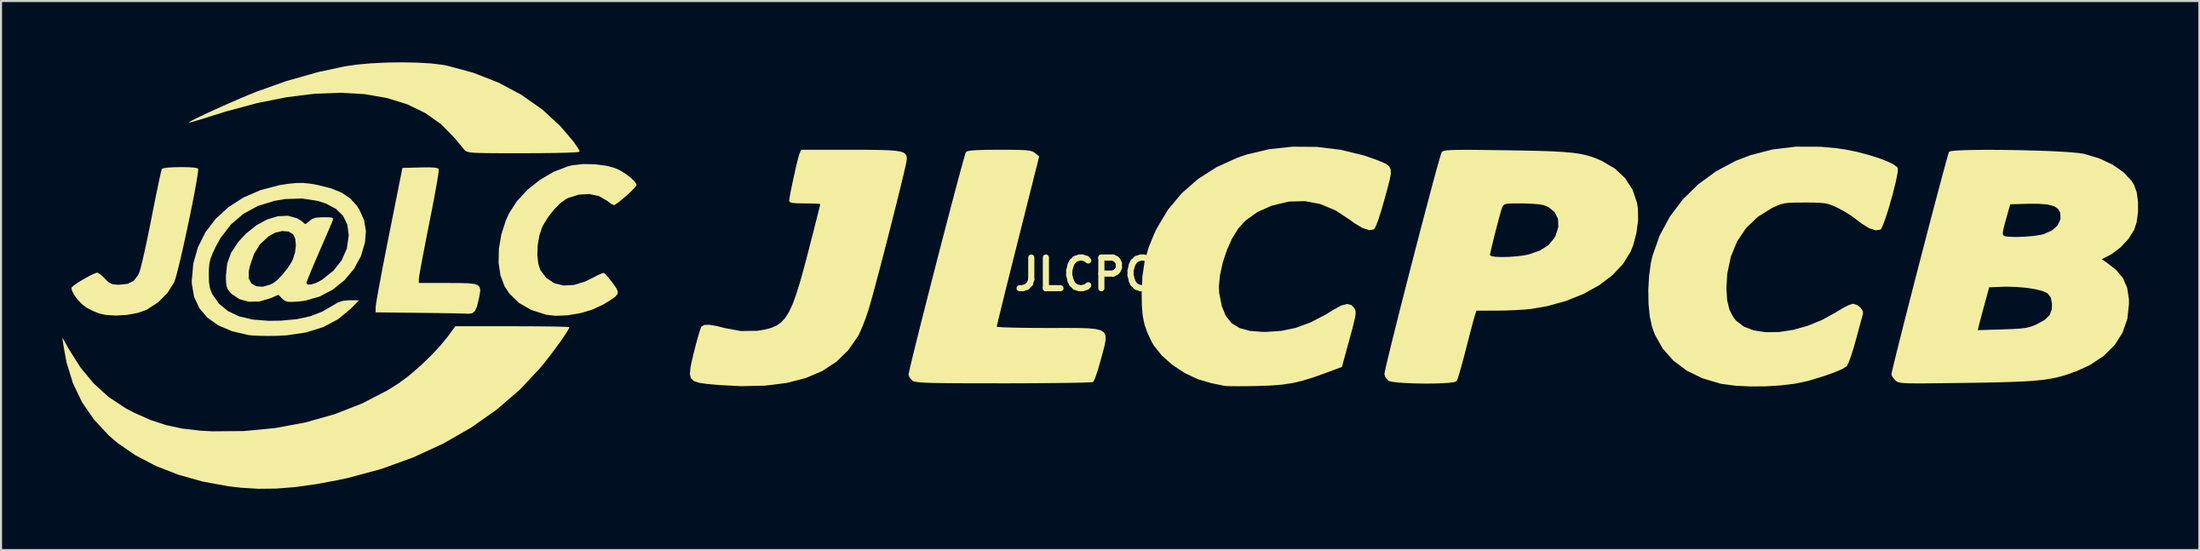
<source format=kicad_pcb>
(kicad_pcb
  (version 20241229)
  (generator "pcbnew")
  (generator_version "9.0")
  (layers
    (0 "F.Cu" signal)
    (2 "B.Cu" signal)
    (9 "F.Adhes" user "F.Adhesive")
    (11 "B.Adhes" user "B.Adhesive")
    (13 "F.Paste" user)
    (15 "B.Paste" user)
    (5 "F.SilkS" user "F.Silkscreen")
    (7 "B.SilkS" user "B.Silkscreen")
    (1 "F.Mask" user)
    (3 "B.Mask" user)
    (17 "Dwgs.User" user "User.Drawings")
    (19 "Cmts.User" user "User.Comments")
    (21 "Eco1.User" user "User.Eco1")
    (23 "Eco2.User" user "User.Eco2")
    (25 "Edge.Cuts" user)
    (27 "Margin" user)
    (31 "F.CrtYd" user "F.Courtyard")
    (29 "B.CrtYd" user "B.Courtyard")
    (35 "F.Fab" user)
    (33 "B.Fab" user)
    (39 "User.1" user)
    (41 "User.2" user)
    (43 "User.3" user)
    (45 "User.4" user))
  (footprint "JLCPCB"
    (layer "F.Cu")
    (at 50.803 10.375)
    (property "Reference" "JLCPCB" (at 0 0 0) (layer "F.SilkS") (effects (font (size 1.5 1.5) (thickness 0.3))))
    (attr board_only exclude_from_pos_files exclude_from_bom)
    (fp_poly (pts (xy -32.59 -5.224) (xy -32.435 -5.192) (xy -32.383 -5.146) (xy -32.388 -5.039) (xy -32.425 -4.787) (xy -32.487 -4.412) (xy -32.573 -3.934) (xy -32.678 -3.376) (xy -32.799 -2.757) (xy -32.85 -2.502) (xy -32.977 -1.861) (xy -33.093 -1.266) (xy -33.193 -0.741) (xy -33.273 -0.307) (xy -33.329 0.014) (xy -33.356 0.199) (xy -33.359 0.229) (xy -33.359 0.423) (xy -31.978 0.423) (xy -31.398 0.425) (xy -30.969 0.436) (xy -30.669 0.466) (xy -30.48 0.526) (xy -30.382 0.626) (xy -30.355 0.776) (xy -30.38 0.985) (xy -30.427 1.219) (xy -30.517 1.579) (xy -30.617 1.799) (xy -30.75 1.906) (xy -30.938 1.93) (xy -30.988 1.926) (xy -31.129 1.92) (xy -31.413 1.913) (xy -31.816 1.905) (xy -32.311 1.897) (xy -32.873 1.89) (xy -33.337 1.884) (xy -35.475 1.86) (xy -35.47 1.586) (xy -35.453 1.444) (xy -35.406 1.155) (xy -35.332 0.74) (xy -35.235 0.219) (xy -35.12 -0.39) (xy -34.989 -1.065) (xy -34.846 -1.788) (xy -34.814 -1.947) (xy -34.163 -5.207) (xy -33.294 -5.231) (xy -32.869 -5.237)) (stroke (width 0) (type solid)) (fill yes) (layer "F.SilkS"))
    (fp_poly (pts (xy -33.441 -10.361) (xy -32.769 -10.321) (xy -32.205 -10.255) (xy -32.004 -10.218) (xy -30.689 -9.864) (xy -29.466 -9.384) (xy -28.343 -8.787) (xy -27.331 -8.076) (xy -26.44 -7.259) (xy -25.791 -6.492) (xy -25.628 -6.262) (xy -25.517 -6.082) (xy -25.485 -6.005) (xy -25.567 -5.984) (xy -25.803 -5.966) (xy -26.18 -5.951) (xy -26.68 -5.939) (xy -27.291 -5.931) (xy -27.996 -5.927) (xy -28.237 -5.927) (xy -28.991 -5.927) (xy -29.595 -5.928) (xy -30.065 -5.932) (xy -30.42 -5.939) (xy -30.679 -5.952) (xy -30.859 -5.97) (xy -30.979 -5.995) (xy -31.057 -6.028) (xy -31.11 -6.071) (xy -31.151 -6.117) (xy -31.296 -6.291) (xy -31.495 -6.531) (xy -31.625 -6.689) (xy -32.276 -7.35) (xy -33.044 -7.894) (xy -33.925 -8.32) (xy -34.913 -8.628) (xy -36.003 -8.817) (xy -37.192 -8.886) (xy -38.472 -8.836) (xy -39.841 -8.666) (xy -41.292 -8.375) (xy -42.82 -7.963) (xy -43.371 -7.79) (xy -43.798 -7.654) (xy -44.163 -7.543) (xy -44.437 -7.463) (xy -44.593 -7.425) (xy -44.619 -7.424) (xy -44.546 -7.479) (xy -44.341 -7.588) (xy -44.03 -7.741) (xy -43.637 -7.925) (xy -43.188 -8.131) (xy -42.708 -8.345) (xy -42.221 -8.557) (xy -41.753 -8.755) (xy -41.327 -8.928) (xy -41.311 -8.935) (xy -39.848 -9.456) (xy -38.329 -9.887) (xy -36.999 -10.176) (xy -36.397 -10.263) (xy -35.699 -10.326) (xy -34.947 -10.363) (xy -34.18 -10.375)) (stroke (width 0) (type solid)) (fill yes) (layer "F.SilkS"))
    (fp_poly (pts (xy -28.116 2.541) (xy -27.505 2.545) (xy -26.971 2.551) (xy -26.534 2.558) (xy -26.214 2.568) (xy -26.03 2.578) (xy -25.993 2.585) (xy -26.042 2.699) (xy -26.178 2.919) (xy -26.38 3.215) (xy -26.629 3.561) (xy -26.904 3.93) (xy -27.187 4.293) (xy -27.415 4.572) (xy -28.412 5.637) (xy -29.546 6.616) (xy -30.804 7.501) (xy -32.174 8.286) (xy -33.642 8.962) (xy -35.196 9.524) (xy -36.824 9.964) (xy -37.296 10.065) (xy -38.414 10.272) (xy -39.415 10.411) (xy -40.335 10.484) (xy -41.209 10.493) (xy -42.075 10.441) (xy -42.684 10.37) (xy -43.938 10.14) (xy -45.127 9.805) (xy -46.23 9.374) (xy -47.227 8.854) (xy -48.099 8.255) (xy -48.526 7.888) (xy -49.256 7.104) (xy -49.84 6.256) (xy -50.284 5.328) (xy -50.598 4.305) (xy -50.75 3.471) (xy -50.803 3.09) (xy -50.496 3.641) (xy -49.909 4.568) (xy -49.259 5.351) (xy -48.527 6.009) (xy -47.694 6.559) (xy -47.29 6.772) (xy -46.502 7.122) (xy -45.73 7.377) (xy -44.924 7.549) (xy -44.035 7.651) (xy -43.47 7.681) (xy -41.914 7.669) (xy -40.384 7.522) (xy -38.899 7.245) (xy -37.478 6.843) (xy -36.14 6.32) (xy -34.903 5.682) (xy -34.343 5.33) (xy -33.851 4.965) (xy -33.317 4.508) (xy -32.789 4.004) (xy -32.313 3.498) (xy -31.934 3.033) (xy -31.93 3.027) (xy -31.575 2.54) (xy -28.784 2.54)) (stroke (width 0) (type solid)) (fill yes) (layer "F.SilkS"))
    (fp_poly (pts (xy -44.631 -5.242) (xy -44.361 -5.224) (xy -44.192 -5.194) (xy -44.16 -5.175) (xy -44.159 -5.065) (xy -44.192 -4.814) (xy -44.253 -4.447) (xy -44.337 -3.987) (xy -44.44 -3.458) (xy -44.556 -2.885) (xy -44.681 -2.291) (xy -44.808 -1.701) (xy -44.934 -1.138) (xy -45.053 -0.627) (xy -45.16 -0.192) (xy -45.249 0.143) (xy -45.317 0.354) (xy -45.329 0.384) (xy -45.654 0.904) (xy -46.11 1.363) (xy -46.66 1.722) (xy -46.703 1.744) (xy -47.125 1.891) (xy -47.638 1.984) (xy -48.178 2.017) (xy -48.68 1.985) (xy -48.995 1.916) (xy -49.3 1.794) (xy -49.596 1.645) (xy -49.639 1.62) (xy -49.859 1.446) (xy -50.071 1.217) (xy -50.244 0.976) (xy -50.344 0.766) (xy -50.351 0.649) (xy -50.26 0.557) (xy -50.062 0.418) (xy -49.803 0.258) (xy -49.529 0.104) (xy -49.284 -0.018) (xy -49.116 -0.081) (xy -49.089 -0.085) (xy -48.978 -0.027) (xy -48.809 0.12) (xy -48.72 0.212) (xy -48.535 0.392) (xy -48.363 0.479) (xy -48.126 0.507) (xy -48.013 0.508) (xy -47.606 0.464) (xy -47.314 0.318) (xy -47.104 0.048) (xy -47.031 -0.111) (xy -46.977 -0.287) (xy -46.898 -0.604) (xy -46.798 -1.036) (xy -46.685 -1.557) (xy -46.563 -2.142) (xy -46.439 -2.764) (xy -46.437 -2.771) (xy -46.318 -3.376) (xy -46.206 -3.928) (xy -46.107 -4.405) (xy -46.026 -4.784) (xy -45.967 -5.043) (xy -45.934 -5.16) (xy -45.933 -5.163) (xy -45.83 -5.2) (xy -45.603 -5.227) (xy -45.297 -5.243) (xy -44.958 -5.248)) (stroke (width 0) (type solid)) (fill yes) (layer "F.SilkS"))
    (fp_poly (pts (xy -24.742 -5.386) (xy -24.171 -5.311) (xy -23.78 -5.208) (xy -23.515 -5.087) (xy -23.238 -4.916) (xy -22.987 -4.724) (xy -22.797 -4.542) (xy -22.708 -4.397) (xy -22.708 -4.363) (xy -22.781 -4.259) (xy -22.947 -4.088) (xy -23.168 -3.882) (xy -23.404 -3.677) (xy -23.618 -3.506) (xy -23.771 -3.402) (xy -23.813 -3.387) (xy -23.925 -3.437) (xy -24.1 -3.561) (xy -24.143 -3.596) (xy -24.545 -3.829) (xy -25.022 -3.931) (xy -25.536 -3.901) (xy -26.053 -3.737) (xy -26.149 -3.689) (xy -26.431 -3.488) (xy -26.738 -3.177) (xy -27.031 -2.805) (xy -27.271 -2.418) (xy -27.329 -2.301) (xy -27.463 -1.898) (xy -27.542 -1.434) (xy -27.562 -0.962) (xy -27.52 -0.537) (xy -27.416 -0.213) (xy -27.416 -0.212) (xy -27.12 0.179) (xy -26.737 0.433) (xy -26.281 0.547) (xy -25.767 0.519) (xy -25.209 0.347) (xy -24.834 0.16) (xy -24.584 0.028) (xy -24.388 -0.054) (xy -24.302 -0.07) (xy -24.214 0.008) (xy -24.061 0.185) (xy -23.878 0.419) (xy -23.711 0.652) (xy -23.627 0.823) (xy -23.637 0.963) (xy -23.756 1.102) (xy -23.995 1.269) (xy -24.328 1.472) (xy -24.846 1.716) (xy -25.449 1.898) (xy -26.08 2.005) (xy -26.682 2.029) (xy -27.136 1.974) (xy -27.858 1.743) (xy -28.454 1.402) (xy -28.921 0.952) (xy -29.164 0.586) (xy -29.365 0.057) (xy -29.457 -0.565) (xy -29.443 -1.246) (xy -29.324 -1.949) (xy -29.102 -2.64) (xy -28.946 -2.985) (xy -28.563 -3.579) (xy -28.048 -4.134) (xy -27.438 -4.621) (xy -26.771 -5.013) (xy -26.083 -5.28) (xy -25.846 -5.338) (xy -25.327 -5.397)) (stroke (width 0) (type solid)) (fill yes) (layer "F.SilkS"))
    (fp_poly (pts (xy -4.397 -6.095) (xy -3.986 -6.089) (xy -3.693 -6.076) (xy -3.491 -6.053) (xy -3.354 -6.019) (xy -3.257 -5.971) (xy -3.206 -5.933) (xy -3.006 -5.77) (xy -4.046 -1.636) (xy -4.25 -0.827) (xy -4.44 -0.068) (xy -4.613 0.625) (xy -4.764 1.237) (xy -4.891 1.752) (xy -4.989 2.153) (xy -5.054 2.426) (xy -5.083 2.554) (xy -5.084 2.561) (xy -5.001 2.577) (xy -4.771 2.592) (xy -4.412 2.604) (xy -3.947 2.614) (xy -3.395 2.621) (xy -2.778 2.624) (xy -2.553 2.625) (xy -1.76 2.623) (xy -1.122 2.625) (xy -0.625 2.639) (xy -0.254 2.674) (xy 0.004 2.739) (xy 0.163 2.843) (xy 0.239 2.995) (xy 0.245 3.204) (xy 0.195 3.479) (xy 0.104 3.829) (xy -0.007 4.233) (xy -0.117 4.618) (xy -0.222 4.943) (xy -0.31 5.171) (xy -0.367 5.269) (xy -0.469 5.281) (xy -0.723 5.292) (xy -1.114 5.303) (xy -1.625 5.312) (xy -2.24 5.32) (xy -2.942 5.326) (xy -3.714 5.331) (xy -4.541 5.333) (xy -4.744 5.333) (xy -5.719 5.332) (xy -6.539 5.331) (xy -7.217 5.328) (xy -7.768 5.322) (xy -8.205 5.314) (xy -8.543 5.303) (xy -8.795 5.289) (xy -8.976 5.27) (xy -9.098 5.248) (xy -9.178 5.221) (xy -9.21 5.202) (xy -9.351 5.049) (xy -9.398 4.913) (xy -9.377 4.795) (xy -9.318 4.531) (xy -9.225 4.139) (xy -9.102 3.636) (xy -8.953 3.037) (xy -8.783 2.36) (xy -8.596 1.621) (xy -8.396 0.837) (xy -8.188 0.025) (xy -7.977 -0.798) (xy -7.765 -1.616) (xy -7.558 -2.411) (xy -7.36 -3.168) (xy -7.175 -3.87) (xy -7.008 -4.499) (xy -6.863 -5.039) (xy -6.744 -5.473) (xy -6.655 -5.785) (xy -6.601 -5.958) (xy -6.589 -5.987) (xy -6.507 -6.029) (xy -6.328 -6.059) (xy -6.036 -6.08) (xy -5.611 -6.092) (xy -5.037 -6.096) (xy -4.952 -6.096)) (stroke (width 0) (type solid)) (fill yes) (layer "F.SilkS"))
    (fp_poly (pts (xy -11.496 -6.095) (xy -10.889 -6.088) (xy -10.418 -6.074) (xy -10.065 -6.05) (xy -9.814 -6.012) (xy -9.647 -5.958) (xy -9.547 -5.885) (xy -9.498 -5.789) (xy -9.483 -5.669) (xy -9.483 -5.629) (xy -9.504 -5.5) (xy -9.563 -5.228) (xy -9.654 -4.834) (xy -9.774 -4.339) (xy -9.915 -3.763) (xy -10.074 -3.128) (xy -10.245 -2.454) (xy -10.421 -1.761) (xy -10.599 -1.071) (xy -10.773 -0.405) (xy -10.937 0.217) (xy -11.086 0.774) (xy -11.216 1.245) (xy -11.32 1.609) (xy -11.355 1.727) (xy -11.495 2.143) (xy -11.654 2.556) (xy -11.807 2.902) (xy -11.872 3.026) (xy -12.341 3.704) (xy -12.92 4.271) (xy -13.614 4.727) (xy -14.426 5.074) (xy -15.358 5.314) (xy -16.415 5.446) (xy -17.599 5.473) (xy -18.679 5.416) (xy -19.231 5.367) (xy -19.632 5.311) (xy -19.899 5.223) (xy -20.048 5.081) (xy -20.098 4.861) (xy -20.066 4.54) (xy -19.969 4.094) (xy -19.892 3.78) (xy -19.785 3.362) (xy -19.685 2.999) (xy -19.601 2.725) (xy -19.544 2.575) (xy -19.536 2.561) (xy -19.397 2.478) (xy -19.155 2.466) (xy -18.792 2.526) (xy -18.415 2.625) (xy -17.602 2.774) (xy -16.792 2.762) (xy -16.433 2.703) (xy -16.13 2.623) (xy -15.869 2.513) (xy -15.641 2.357) (xy -15.438 2.139) (xy -15.251 1.845) (xy -15.071 1.459) (xy -14.891 0.966) (xy -14.7 0.349) (xy -14.49 -0.406) (xy -14.311 -1.091) (xy -14.157 -1.69) (xy -14.018 -2.233) (xy -13.899 -2.701) (xy -13.806 -3.071) (xy -13.743 -3.322) (xy -13.717 -3.434) (xy -13.716 -3.438) (xy -13.794 -3.453) (xy -14.004 -3.464) (xy -14.308 -3.47) (xy -14.478 -3.471) (xy -14.854 -3.477) (xy -15.088 -3.496) (xy -15.208 -3.534) (xy -15.24 -3.592) (xy -15.221 -3.742) (xy -15.172 -4.016) (xy -15.1 -4.371) (xy -15.015 -4.766) (xy -14.927 -5.159) (xy -14.844 -5.509) (xy -14.775 -5.774) (xy -14.733 -5.905) (xy -14.651 -6.096) (xy -12.255 -6.096)) (stroke (width 0) (type solid)) (fill yes) (layer "F.SilkS"))
    (fp_poly (pts (xy 10.576 -6.237) (xy 11.746 -6.095) (xy 12.87 -5.822) (xy 13.45 -5.62) (xy 13.753 -5.5) (xy 13.974 -5.398) (xy 14.118 -5.287) (xy 14.191 -5.14) (xy 14.199 -4.933) (xy 14.148 -4.639) (xy 14.044 -4.232) (xy 13.897 -3.698) (xy 13.731 -3.119) (xy 13.587 -2.672) (xy 13.471 -2.365) (xy 13.384 -2.211) (xy 13.368 -2.197) (xy 13.136 -2.163) (xy 12.818 -2.265) (xy 12.424 -2.5) (xy 12.214 -2.656) (xy 11.496 -3.128) (xy 10.754 -3.438) (xy 9.997 -3.583) (xy 9.233 -3.562) (xy 9.163 -3.551) (xy 8.365 -3.358) (xy 7.671 -3.049) (xy 7.093 -2.633) (xy 6.743 -2.252) (xy 6.443 -1.775) (xy 6.183 -1.201) (xy 5.978 -0.581) (xy 5.841 0.038) (xy 5.787 0.607) (xy 5.805 0.931) (xy 5.928 1.552) (xy 6.124 2.033) (xy 6.407 2.387) (xy 6.793 2.627) (xy 7.297 2.766) (xy 7.936 2.817) (xy 8.086 2.817) (xy 8.837 2.767) (xy 9.548 2.618) (xy 10.257 2.358) (xy 11.002 1.974) (xy 11.41 1.724) (xy 11.782 1.521) (xy 12.064 1.449) (xy 12.277 1.507) (xy 12.407 1.644) (xy 12.454 1.729) (xy 12.477 1.828) (xy 12.473 1.967) (xy 12.437 2.174) (xy 12.365 2.475) (xy 12.253 2.897) (xy 12.174 3.189) (xy 11.807 4.53) (xy 11.086 4.799) (xy 10.436 5.032) (xy 9.886 5.203) (xy 9.383 5.321) (xy 8.874 5.398) (xy 8.305 5.442) (xy 7.624 5.465) (xy 7.62 5.465) (xy 7.139 5.473) (xy 6.709 5.475) (xy 6.361 5.472) (xy 6.128 5.464) (xy 6.054 5.456) (xy 5.877 5.418) (xy 5.606 5.363) (xy 5.419 5.326) (xy 4.76 5.134) (xy 4.114 4.828) (xy 3.516 4.435) (xy 3 3.979) (xy 2.604 3.484) (xy 2.484 3.275) (xy 2.283 2.843) (xy 2.145 2.443) (xy 2.06 2.026) (xy 2.018 1.542) (xy 2.008 0.941) (xy 2.008 0.931) (xy 2.043 0.115) (xy 2.147 -0.602) (xy 2.336 -1.282) (xy 2.622 -1.984) (xy 2.746 -2.244) (xy 3.29 -3.157) (xy 3.966 -3.966) (xy 4.765 -4.666) (xy 5.682 -5.251) (xy 6.709 -5.714) (xy 7.154 -5.866) (xy 8.243 -6.124) (xy 9.396 -6.247)) (stroke (width 0) (type solid)) (fill yes) (layer "F.SilkS"))
    (fp_poly (pts (xy 35.228 -6.244) (xy 36.026 -6.171) (xy 36.541 -6.091) (xy 37.073 -5.977) (xy 37.592 -5.84) (xy 38.07 -5.689) (xy 38.479 -5.533) (xy 38.79 -5.382) (xy 38.974 -5.244) (xy 39.006 -5.194) (xy 39.007 -5.053) (xy 38.963 -4.788) (xy 38.885 -4.432) (xy 38.781 -4.019) (xy 38.661 -3.581) (xy 38.535 -3.152) (xy 38.41 -2.765) (xy 38.298 -2.453) (xy 38.206 -2.249) (xy 38.159 -2.188) (xy 37.921 -2.154) (xy 37.605 -2.256) (xy 37.227 -2.491) (xy 37.04 -2.637) (xy 36.729 -2.866) (xy 36.353 -3.1) (xy 36.068 -3.251) (xy 35.828 -3.361) (xy 35.626 -3.435) (xy 35.418 -3.48) (xy 35.162 -3.504) (xy 34.812 -3.513) (xy 34.458 -3.514) (xy 34.012 -3.512) (xy 33.692 -3.501) (xy 33.454 -3.474) (xy 33.254 -3.423) (xy 33.05 -3.34) (xy 32.821 -3.23) (xy 32.144 -2.806) (xy 31.584 -2.265) (xy 31.146 -1.616) (xy 30.837 -0.869) (xy 30.661 -0.032) (xy 30.619 0.677) (xy 30.656 1.272) (xy 30.77 1.741) (xy 30.971 2.118) (xy 31.098 2.272) (xy 31.477 2.559) (xy 31.968 2.745) (xy 32.548 2.832) (xy 33.194 2.822) (xy 33.884 2.717) (xy 34.594 2.519) (xy 35.303 2.23) (xy 35.987 1.852) (xy 36.036 1.82) (xy 36.333 1.642) (xy 36.597 1.509) (xy 36.782 1.444) (xy 36.809 1.441) (xy 37.013 1.499) (xy 37.194 1.641) (xy 37.3 1.817) (xy 37.303 1.93) (xy 37.266 2.062) (xy 37.194 2.323) (xy 37.097 2.678) (xy 36.985 3.094) (xy 36.952 3.217) (xy 36.83 3.644) (xy 36.71 4.018) (xy 36.602 4.307) (xy 36.521 4.475) (xy 36.504 4.495) (xy 36.31 4.62) (xy 35.968 4.772) (xy 35.497 4.943) (xy 34.915 5.127) (xy 34.586 5.221) (xy 34.003 5.346) (xy 33.307 5.432) (xy 32.551 5.48) (xy 31.787 5.486) (xy 31.066 5.451) (xy 30.443 5.371) (xy 30.308 5.344) (xy 29.433 5.082) (xy 28.668 4.706) (xy 28.024 4.222) (xy 27.506 3.637) (xy 27.122 2.956) (xy 26.985 2.585) (xy 26.872 2.073) (xy 26.809 1.451) (xy 26.797 0.771) (xy 26.836 0.084) (xy 26.924 -0.557) (xy 26.998 -0.889) (xy 27.349 -1.888) (xy 27.846 -2.815) (xy 28.478 -3.656) (xy 29.234 -4.4) (xy 30.101 -5.036) (xy 31.069 -5.551) (xy 31.792 -5.831) (xy 32.874 -6.111) (xy 34.015 -6.248)) (stroke (width 0) (type solid)) (fill yes) (layer "F.SilkS"))
    (fp_poly (pts (xy 18.312 -6.091) (xy 18.948 -6.084) (xy 19.734 -6.073) (xy 19.852 -6.072) (xy 20.758 -6.056) (xy 21.514 -6.039) (xy 22.14 -6.017) (xy 22.656 -5.987) (xy 23.082 -5.949) (xy 23.436 -5.899) (xy 23.74 -5.836) (xy 24.012 -5.757) (xy 24.273 -5.66) (xy 24.533 -5.546) (xy 25.164 -5.175) (xy 25.665 -4.704) (xy 26.028 -4.142) (xy 26.245 -3.5) (xy 26.291 -3.217) (xy 26.299 -2.648) (xy 26.217 -2.023) (xy 26.058 -1.423) (xy 25.932 -1.109) (xy 25.562 -0.511) (xy 25.044 0.039) (xy 24.396 0.53) (xy 23.635 0.954) (xy 22.779 1.3) (xy 21.845 1.558) (xy 21.074 1.691) (xy 20.726 1.725) (xy 20.273 1.752) (xy 19.781 1.77) (xy 19.416 1.775) (xy 18.386 1.778) (xy 18.299 2.053) (xy 18.25 2.226) (xy 18.168 2.53) (xy 18.063 2.929) (xy 17.944 3.391) (xy 17.858 3.725) (xy 17.736 4.194) (xy 17.621 4.608) (xy 17.524 4.939) (xy 17.452 5.157) (xy 17.419 5.228) (xy 17.3 5.274) (xy 17.045 5.308) (xy 16.687 5.331) (xy 16.259 5.343) (xy 15.794 5.345) (xy 15.326 5.336) (xy 14.887 5.317) (xy 14.51 5.289) (xy 14.228 5.251) (xy 14.075 5.203) (xy 14.074 5.202) (xy 13.932 5.038) (xy 13.886 4.885) (xy 13.907 4.757) (xy 13.967 4.486) (xy 14.061 4.086) (xy 14.185 3.575) (xy 14.334 2.971) (xy 14.505 2.288) (xy 14.692 1.546) (xy 14.892 0.759) (xy 15.101 -0.054) (xy 15.313 -0.877) (xy 15.328 -0.936) (xy 19.05 -0.936) (xy 19.128 -0.887) (xy 19.335 -0.857) (xy 19.634 -0.847) (xy 19.987 -0.856) (xy 20.356 -0.882) (xy 20.702 -0.925) (xy 20.958 -0.977) (xy 21.504 -1.169) (xy 21.911 -1.43) (xy 22.198 -1.775) (xy 22.265 -1.899) (xy 22.398 -2.327) (xy 22.379 -2.716) (xy 22.216 -3.043) (xy 21.918 -3.288) (xy 21.668 -3.389) (xy 21.456 -3.425) (xy 21.13 -3.453) (xy 20.745 -3.469) (xy 20.551 -3.471) (xy 20.171 -3.47) (xy 19.926 -3.459) (xy 19.781 -3.43) (xy 19.701 -3.376) (xy 19.654 -3.288) (xy 19.64 -3.253) (xy 19.587 -3.088) (xy 19.509 -2.81) (xy 19.415 -2.458) (xy 19.314 -2.071) (xy 19.218 -1.687) (xy 19.135 -1.345) (xy 19.076 -1.085) (xy 19.05 -0.944) (xy 19.05 -0.936) (xy 15.328 -0.936) (xy 15.525 -1.694) (xy 15.732 -2.486) (xy 15.93 -3.239) (xy 16.114 -3.934) (xy 16.28 -4.556) (xy 16.425 -5.086) (xy 16.543 -5.509) (xy 16.63 -5.807) (xy 16.682 -5.964) (xy 16.691 -5.983) (xy 16.735 -6.018) (xy 16.814 -6.046) (xy 16.945 -6.067) (xy 17.144 -6.081) (xy 17.427 -6.09) (xy 17.811 -6.093)) (stroke (width 0) (type solid)) (fill yes) (layer "F.SilkS"))
    (fp_poly (pts (xy 43.923 -6.091) (xy 44.572 -6.084) (xy 45.231 -6.07) (xy 45.878 -6.052) (xy 46.49 -6.029) (xy 47.043 -6.001) (xy 47.516 -5.969) (xy 47.886 -5.933) (xy 48.126 -5.895) (xy 48.87 -5.671) (xy 49.517 -5.367) (xy 50.048 -4.998) (xy 50.443 -4.574) (xy 50.571 -4.368) (xy 50.698 -4.002) (xy 50.761 -3.538) (xy 50.759 -3.037) (xy 50.694 -2.56) (xy 50.575 -2.189) (xy 50.301 -1.747) (xy 49.916 -1.331) (xy 49.479 -0.998) (xy 49.344 -0.923) (xy 48.983 -0.738) (xy 49.191 -0.602) (xy 49.682 -0.223) (xy 50.022 0.184) (xy 50.226 0.65) (xy 50.313 1.205) (xy 50.318 1.439) (xy 50.236 2.182) (xy 50 2.858) (xy 49.614 3.463) (xy 49.084 3.99) (xy 48.413 4.434) (xy 47.771 4.729) (xy 47.434 4.853) (xy 47.115 4.958) (xy 46.794 5.043) (xy 46.451 5.113) (xy 46.066 5.168) (xy 45.619 5.211) (xy 45.091 5.244) (xy 44.462 5.269) (xy 43.713 5.289) (xy 42.822 5.305) (xy 42.366 5.311) (xy 41.531 5.323) (xy 40.848 5.331) (xy 40.302 5.336) (xy 39.876 5.336) (xy 39.553 5.332) (xy 39.317 5.322) (xy 39.152 5.306) (xy 39.04 5.283) (xy 38.965 5.252) (xy 38.912 5.213) (xy 38.874 5.176) (xy 38.744 5.018) (xy 38.693 4.902) (xy 38.713 4.79) (xy 38.773 4.532) (xy 38.866 4.145) (xy 38.99 3.646) (xy 39.139 3.052) (xy 39.22 2.731) (xy 42.917 2.731) (xy 44.128 2.694) (xy 44.625 2.676) (xy 44.99 2.653) (xy 45.262 2.62) (xy 45.48 2.57) (xy 45.682 2.497) (xy 45.819 2.437) (xy 46.202 2.223) (xy 46.437 1.989) (xy 46.543 1.705) (xy 46.551 1.434) (xy 46.494 1.144) (xy 46.356 0.954) (xy 46.313 0.919) (xy 46.088 0.816) (xy 45.734 0.727) (xy 45.29 0.659) (xy 44.797 0.616) (xy 44.293 0.604) (xy 44.112 0.609) (xy 43.478 0.635) (xy 43.257 1.439) (xy 43.155 1.815) (xy 43.064 2.154) (xy 42.997 2.406) (xy 42.977 2.487) (xy 42.917 2.731) (xy 39.22 2.731) (xy 39.31 2.378) (xy 39.497 1.642) (xy 39.697 0.861) (xy 39.906 0.051) (xy 40.118 -0.771) (xy 40.331 -1.589) (xy 40.44 -2.009) (xy 44.141 -2.009) (xy 44.165 -1.911) (xy 44.239 -1.866) (xy 44.366 -1.848) (xy 44.423 -1.843) (xy 44.792 -1.828) (xy 45.225 -1.842) (xy 45.655 -1.88) (xy 46.015 -1.936) (xy 46.143 -1.968) (xy 46.553 -2.15) (xy 46.831 -2.401) (xy 46.966 -2.705) (xy 46.954 -3.01) (xy 46.854 -3.2) (xy 46.653 -3.335) (xy 46.334 -3.418) (xy 45.881 -3.454) (xy 45.406 -3.453) (xy 44.507 -3.429) (xy 44.359 -2.901) (xy 44.24 -2.477) (xy 44.167 -2.189) (xy 44.141 -2.009) (xy 40.44 -2.009) (xy 40.538 -2.385) (xy 40.737 -3.144) (xy 40.923 -3.848) (xy 41.091 -4.48) (xy 41.237 -5.025) (xy 41.357 -5.465) (xy 41.446 -5.784) (xy 41.501 -5.965) (xy 41.515 -5.999) (xy 41.626 -6.033) (xy 41.883 -6.059) (xy 42.264 -6.077) (xy 42.746 -6.088) (xy 43.307 -6.093)) (stroke (width 0) (type solid)) (fill yes) (layer "F.SilkS"))
    (fp_poly (pts (xy -38.66 -4.435) (xy -38.313 -4.373) (xy -37.65 -4.208) (xy -37.127 -3.994) (xy -36.717 -3.716) (xy -36.394 -3.358) (xy -36.269 -3.164) (xy -36.036 -2.648) (xy -35.95 -2.119) (xy -35.994 -1.566) (xy -36.195 -0.884) (xy -36.539 -0.258) (xy -37.004 0.292) (xy -37.569 0.746) (xy -38.211 1.084) (xy -38.908 1.288) (xy -39.247 1.331) (xy -39.572 1.35) (xy -39.779 1.341) (xy -39.915 1.294) (xy -40.031 1.202) (xy -40.043 1.189) (xy -40.231 1.001) (xy -40.642 1.178) (xy -41.166 1.33) (xy -41.675 1.34) (xy -42.139 1.214) (xy -42.527 0.954) (xy -42.587 0.893) (xy -42.701 0.748) (xy -42.765 0.587) (xy -42.793 0.357) (xy -42.799 0.057) (xy -42.78 -0.122) (xy -41.685 -0.122) (xy -41.68 0.21) (xy -41.549 0.449) (xy -41.316 0.585) (xy -41.002 0.606) (xy -40.631 0.502) (xy -40.496 0.437) (xy -40.28 0.273) (xy -40.028 0.01) (xy -39.782 -0.299) (xy -39.585 -0.604) (xy -39.533 -0.708) (xy -39.417 -1.064) (xy -39.375 -1.429) (xy -39.408 -1.748) (xy -39.51 -1.962) (xy -39.738 -2.096) (xy -40.046 -2.12) (xy -40.39 -2.038) (xy -40.71 -1.863) (xy -41.124 -1.478) (xy -41.427 -0.992) (xy -41.631 -0.387) (xy -41.685 -0.122) (xy -42.78 -0.122) (xy -42.736 -0.53) (xy -42.539 -1.069) (xy -42.196 -1.585) (xy -41.814 -1.994) (xy -41.31 -2.399) (xy -40.785 -2.685) (xy -40.263 -2.843) (xy -39.77 -2.867) (xy -39.334 -2.749) (xy -39.124 -2.63) (xy -38.992 -2.52) (xy -38.976 -2.494) (xy -38.899 -2.464) (xy -38.745 -2.58) (xy -38.733 -2.592) (xy -38.584 -2.711) (xy -38.403 -2.772) (xy -38.13 -2.793) (xy -38.021 -2.794) (xy -37.741 -2.791) (xy -37.597 -2.77) (xy -37.554 -2.718) (xy -37.58 -2.62) (xy -37.586 -2.603) (xy -37.644 -2.466) (xy -37.756 -2.202) (xy -37.911 -1.842) (xy -38.096 -1.415) (xy -38.262 -1.034) (xy -38.456 -0.584) (xy -38.624 -0.187) (xy -38.754 0.133) (xy -38.837 0.346) (xy -38.862 0.426) (xy -38.796 0.502) (xy -38.624 0.497) (xy -38.384 0.419) (xy -38.113 0.276) (xy -38.095 0.265) (xy -37.54 -0.177) (xy -37.134 -0.687) (xy -36.884 -1.258) (xy -36.792 -1.883) (xy -36.791 -1.911) (xy -36.856 -2.427) (xy -37.061 -2.856) (xy -37.409 -3.2) (xy -37.903 -3.463) (xy -38.313 -3.595) (xy -39.077 -3.711) (xy -39.909 -3.683) (xy -40.427 -3.597) (xy -41.238 -3.346) (xy -41.949 -2.959) (xy -42.556 -2.438) (xy -43.058 -1.786) (xy -43.279 -1.387) (xy -43.45 -1.028) (xy -43.556 -0.754) (xy -43.611 -0.504) (xy -43.633 -0.216) (xy -43.637 -0.021) (xy -43.628 0.373) (xy -43.586 0.66) (xy -43.5 0.899) (xy -43.462 0.974) (xy -43.134 1.439) (xy -42.701 1.798) (xy -42.156 2.055) (xy -41.488 2.213) (xy -40.692 2.275) (xy -40.108 2.266) (xy -39.329 2.194) (xy -38.668 2.05) (xy -38.087 1.823) (xy -37.63 1.56) (xy -37.335 1.385) (xy -37.083 1.297) (xy -36.793 1.27) (xy -36.74 1.27) (xy -36.286 1.27) (xy -36.698 1.689) (xy -37.312 2.196) (xy -38.034 2.579) (xy -38.869 2.842) (xy -39.82 2.984) (xy -40.259 3.008) (xy -40.706 3.014) (xy -41.138 3.008) (xy -41.499 2.991) (xy -41.708 2.969) (xy -42.504 2.782) (xy -43.171 2.497) (xy -43.706 2.119) (xy -44.102 1.653) (xy -44.357 1.101) (xy -44.466 0.469) (xy -44.47 0.335) (xy -44.396 -0.523) (xy -44.169 -1.326) (xy -43.8 -2.061) (xy -43.298 -2.719) (xy -42.676 -3.288) (xy -41.942 -3.76) (xy -41.106 -4.122) (xy -40.181 -4.365) (xy -39.784 -4.426) (xy -39.364 -4.469) (xy -39.018 -4.473)) (stroke (width 0) (type solid)) (fill yes) (layer "F.SilkS")))
  (gr_rect
    (start -3 -3)
    (end 104.564 23.868)
    (stroke (width 0.1) (type default))
    (fill no)
    (layer "Edge.Cuts")))
</source>
